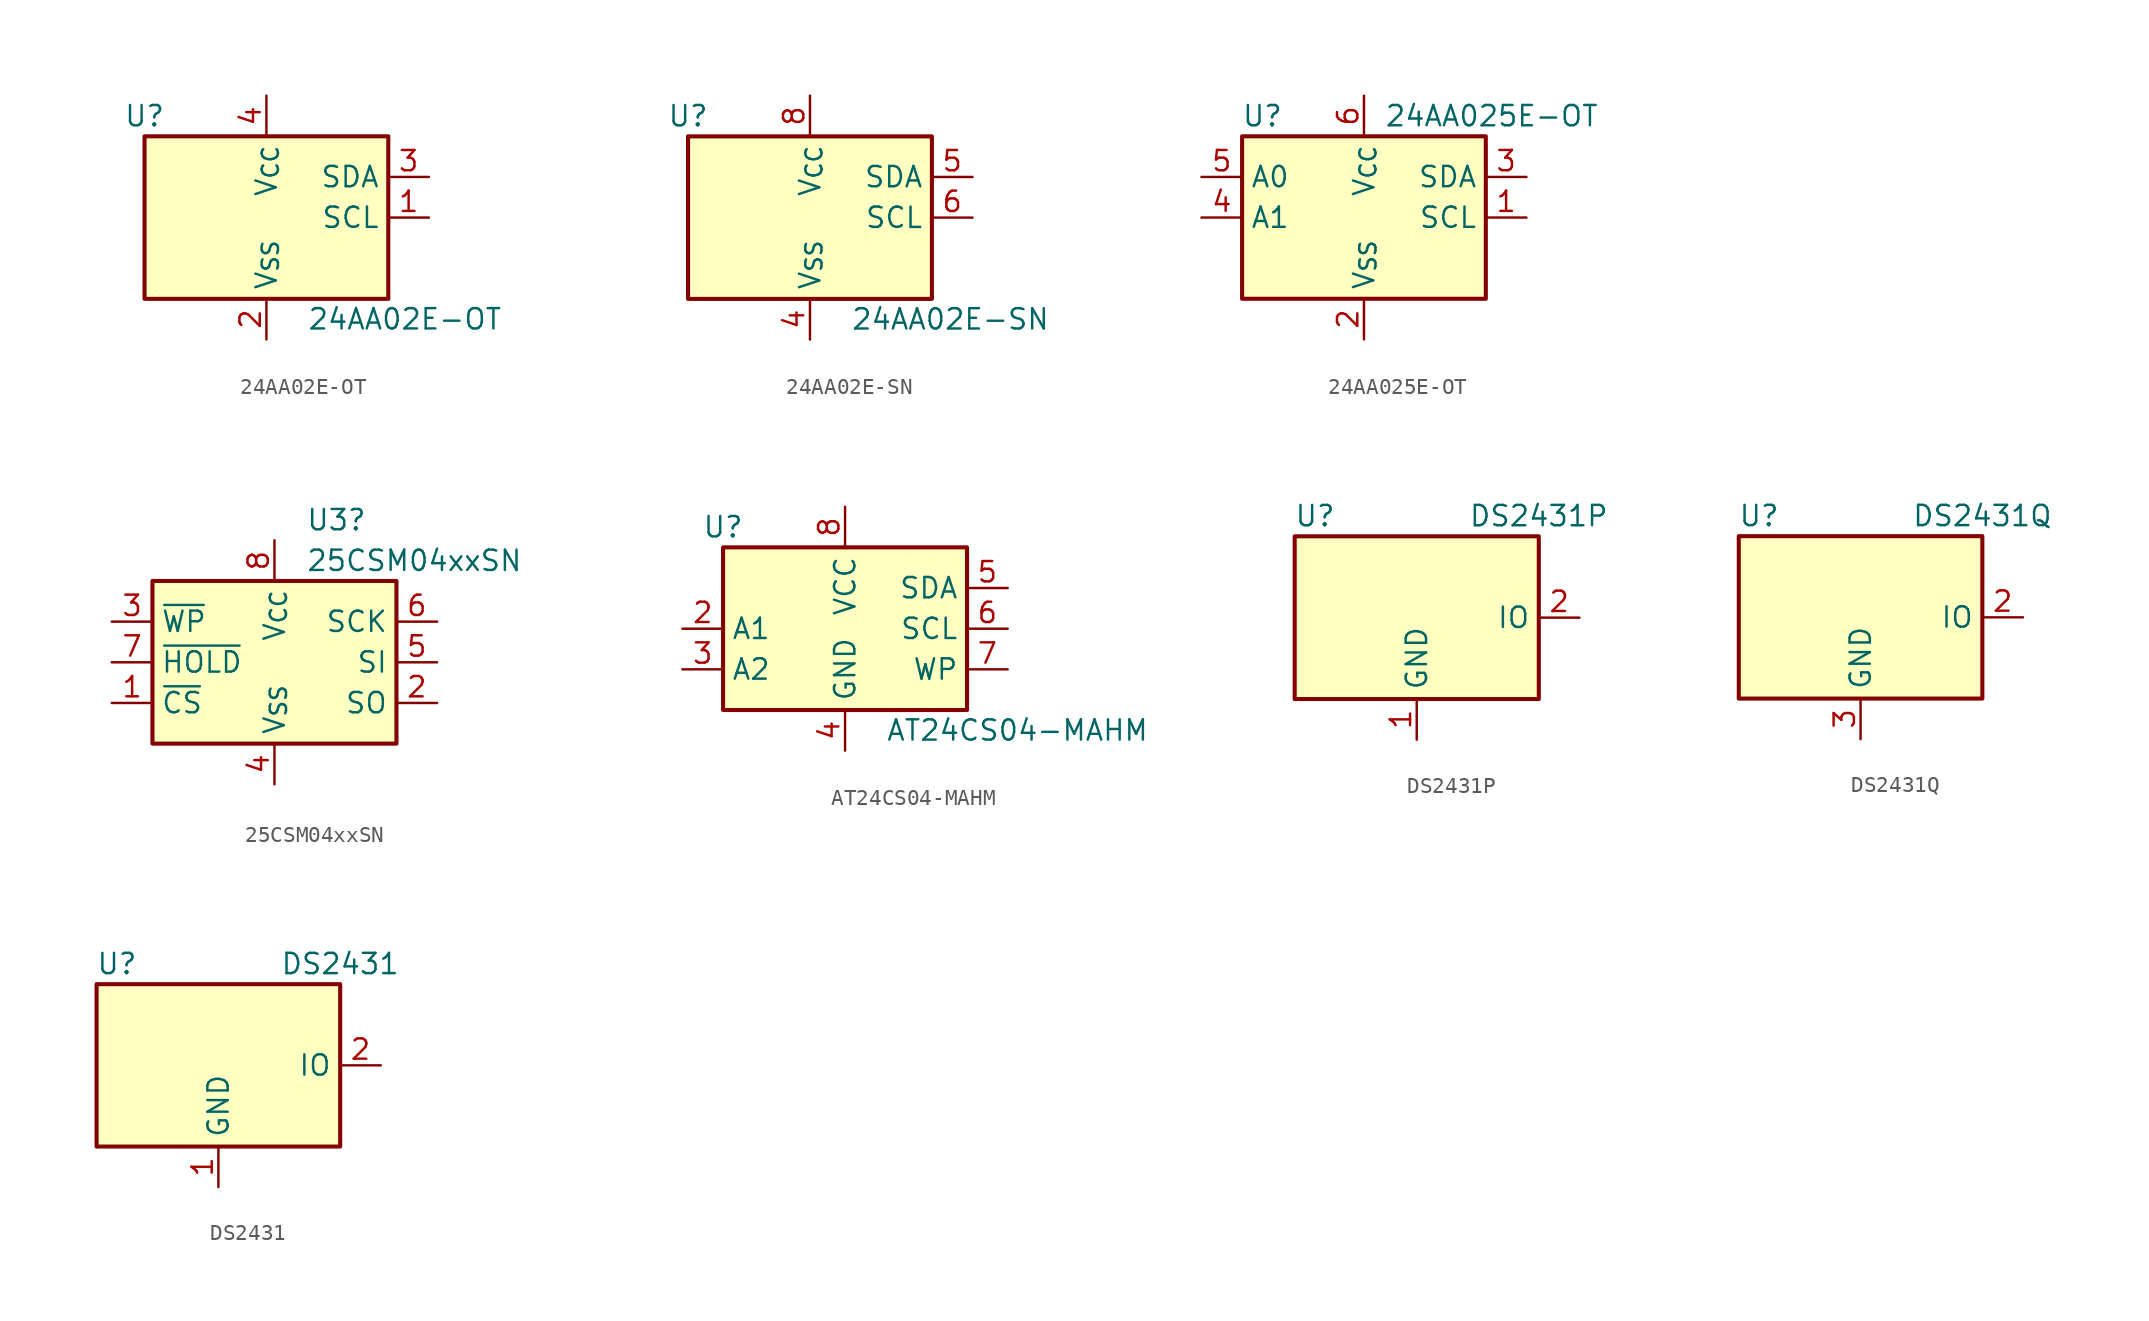
<source format=kicad_sym>
(kicad_symbol_lib
  (version 20241209)
  (generator "kicad_symbol_editor")
  (generator_version "9.0")
  (symbol "24AA02E-OT"
    (property "Reference" "U"
      (at -7.62 6.35 0)
      (effects (font (size 1.27 1.27))))
    (property "Value" "24AA02E-OT"
      (at 2.54 -6.35 0)
      (effects (font (size 1.27 1.27)) (justify left)))
    (symbol "24AA02E-OT_1_1"
      (rectangle (start -7.62 5.08) (end 7.62 -5.08) (stroke (width 0.254) (type default)) (fill (type background)))
      (pin no_connect line (at -10.16 0 0) (length 2.54) (hide yes) (name "NC" (effects (font (size 1.27 1.27)))) (number "5" (effects (font (size 1.27 1.27)))))
      (pin power_in line (at 0 7.62 270) (length 2.54) (name "V_{CC}" (effects (font (size 1.27 1.27)))) (number "4" (effects (font (size 1.27 1.27)))))
      (pin power_in line (at 0 -7.62 90) (length 2.54) (name "V_{SS}" (effects (font (size 1.27 1.27)))) (number "2" (effects (font (size 1.27 1.27)))))
      (pin bidirectional line (at 10.16 2.54 180) (length 2.54) (name "SDA" (effects (font (size 1.27 1.27)))) (number "3" (effects (font (size 1.27 1.27)))))
      (pin input line (at 10.16 0 180) (length 2.54) (name "SCL" (effects (font (size 1.27 1.27)))) (number "1" (effects (font (size 1.27 1.27)))))))
  (symbol "24AA02E-SN"
    (property "Reference" "U"
      (at -7.62 6.35 0)
      (effects (font (size 1.27 1.27))))
    (property "Value" "24AA02E-SN"
      (at 2.54 -6.35 0)
      (effects (font (size 1.27 1.27)) (justify left)))
    (symbol "24AA02E-SN_1_1"
      (rectangle (start -7.62 5.08) (end 7.62 -5.08) (stroke (width 0.254) (type default)) (fill (type background)))
      (pin no_connect line (at -10.16 2.54 0) (length 2.54) (hide yes) (name "NC" (effects (font (size 1.27 1.27)))) (number "1" (effects (font (size 1.27 1.27)))))
      (pin no_connect line (at -10.16 0 0) (length 2.54) (hide yes) (name "NC" (effects (font (size 1.27 1.27)))) (number "2" (effects (font (size 1.27 1.27)))))
      (pin no_connect line (at -10.16 -2.54 0) (length 2.54) (hide yes) (name "NC" (effects (font (size 1.27 1.27)))) (number "3" (effects (font (size 1.27 1.27)))))
      (pin power_in line (at 0 7.62 270) (length 2.54) (name "V_{CC}" (effects (font (size 1.27 1.27)))) (number "8" (effects (font (size 1.27 1.27)))))
      (pin power_in line (at 0 -7.62 90) (length 2.54) (name "V_{SS}" (effects (font (size 1.27 1.27)))) (number "4" (effects (font (size 1.27 1.27)))))
      (pin bidirectional line (at 10.16 2.54 180) (length 2.54) (name "SDA" (effects (font (size 1.27 1.27)))) (number "5" (effects (font (size 1.27 1.27)))))
      (pin input line (at 10.16 0 180) (length 2.54) (name "SCL" (effects (font (size 1.27 1.27)))) (number "6" (effects (font (size 1.27 1.27)))))
      (pin no_connect line (at 10.16 -2.54 180) (length 2.54) (hide yes) (name "NC" (effects (font (size 1.27 1.27)))) (number "7" (effects (font (size 1.27 1.27)))))))
  (symbol "24AA025E-OT"
    (property "Reference" "U"
      (at -6.35 6.35 0)
      (effects (font (size 1.27 1.27))))
    (property "Value" "24AA025E-OT"
      (at 1.27 6.35 0)
      (effects (font (size 1.27 1.27)) (justify left)))
    (symbol "24AA025E-OT_1_1"
      (rectangle (start -7.62 5.08) (end 7.62 -5.08) (stroke (width 0.254) (type default)) (fill (type background)))
      (pin input line (at -10.16 2.54 0) (length 2.54) (name "A0" (effects (font (size 1.27 1.27)))) (number "5" (effects (font (size 1.27 1.27)))))
      (pin input line (at -10.16 0 0) (length 2.54) (name "A1" (effects (font (size 1.27 1.27)))) (number "4" (effects (font (size 1.27 1.27)))))
      (pin power_in line (at 0 7.62 270) (length 2.54) (name "V_{CC}" (effects (font (size 1.27 1.27)))) (number "6" (effects (font (size 1.27 1.27)))))
      (pin power_in line (at 0 -7.62 90) (length 2.54) (name "V_{SS}" (effects (font (size 1.27 1.27)))) (number "2" (effects (font (size 1.27 1.27)))))
      (pin bidirectional line (at 10.16 2.54 180) (length 2.54) (name "SDA" (effects (font (size 1.27 1.27)))) (number "3" (effects (font (size 1.27 1.27)))))
      (pin input line (at 10.16 0 180) (length 2.54) (name "SCL" (effects (font (size 1.27 1.27)))) (number "1" (effects (font (size 1.27 1.27)))))))
  (symbol "25CSM04xxSN"
    (property "Reference" "U3"
      (at 1.956 8.89 0)
      (effects (font (size 1.27 1.27)) (justify left)))
    (property "Value" "25CSM04xxSN"
      (at 1.956 6.35 0)
      (effects (font (size 1.27 1.27)) (justify left)))
    (symbol "25CSM04xxSN_1_1"
      (rectangle (start -7.62 5.08) (end 7.62 -5.08) (stroke (width 0.254) (type default)) (fill (type background)))
      (pin input line (at -10.16 2.54 0) (length 2.54) (name "~{WP}" (effects (font (size 1.27 1.27)))) (number "3" (effects (font (size 1.27 1.27)))))
      (pin input line (at -10.16 0 0) (length 2.54) (name "~{HOLD}" (effects (font (size 1.27 1.27)))) (number "7" (effects (font (size 1.27 1.27)))))
      (pin input line (at -10.16 -2.54 0) (length 2.54) (name "~{CS}" (effects (font (size 1.27 1.27)))) (number "1" (effects (font (size 1.27 1.27)))))
      (pin power_in line (at 0 7.62 270) (length 2.54) (name "V_{CC}" (effects (font (size 1.27 1.27)))) (number "8" (effects (font (size 1.27 1.27)))))
      (pin power_in line (at 0 -7.62 90) (length 2.54) (name "V_{SS}" (effects (font (size 1.27 1.27)))) (number "4" (effects (font (size 1.27 1.27)))))
      (pin input line (at 10.16 2.54 180) (length 2.54) (name "SCK" (effects (font (size 1.27 1.27)))) (number "6" (effects (font (size 1.27 1.27)))))
      (pin input line (at 10.16 0 180) (length 2.54) (name "SI" (effects (font (size 1.27 1.27)))) (number "5" (effects (font (size 1.27 1.27)))))
      (pin tri_state line (at 10.16 -2.54 180) (length 2.54) (name "SO" (effects (font (size 1.27 1.27)))) (number "2" (effects (font (size 1.27 1.27)))))))
  (symbol "AT24CS04-MAHM"
    (property "Reference" "U"
      (at -7.62 6.35 0)
      (effects (font (size 1.27 1.27))))
    (property "Value" "AT24CS04-MAHM"
      (at 2.54 -6.35 0)
      (effects (font (size 1.27 1.27)) (justify left)))
    (symbol "AT24CS04-MAHM_1_1"
      (rectangle (start -7.62 5.08) (end 7.62 -5.08) (stroke (width 0.254) (type default)) (fill (type background)))
      (pin input line (at -10.16 0 0) (length 2.54) (name "A1" (effects (font (size 1.27 1.27)))) (number "2" (effects (font (size 1.27 1.27)))))
      (pin input line (at -10.16 -2.54 0) (length 2.54) (name "A2" (effects (font (size 1.27 1.27)))) (number "3" (effects (font (size 1.27 1.27)))))
      (pin no_connect line (at -7.62 2.54 0) (length 2.54) (hide yes) (name "NC" (effects (font (size 1.27 1.27)))) (number "1" (effects (font (size 1.27 1.27)))))
      (pin no_connect line (at -2.54 -5.08 90) (length 2.54) (hide yes) (name "NC" (effects (font (size 1.27 1.27)))) (number "9" (effects (font (size 1.27 1.27)))))
      (pin power_in line (at 0 7.62 270) (length 2.54) (name "VCC" (effects (font (size 1.27 1.27)))) (number "8" (effects (font (size 1.27 1.27)))))
      (pin power_in line (at 0 -7.62 90) (length 2.54) (name "GND" (effects (font (size 1.27 1.27)))) (number "4" (effects (font (size 1.27 1.27)))))
      (pin bidirectional line (at 10.16 2.54 180) (length 2.54) (name "SDA" (effects (font (size 1.27 1.27)))) (number "5" (effects (font (size 1.27 1.27)))))
      (pin input line (at 10.16 0 180) (length 2.54) (name "SCL" (effects (font (size 1.27 1.27)))) (number "6" (effects (font (size 1.27 1.27)))))
      (pin input line (at 10.16 -2.54 180) (length 2.54) (name "WP" (effects (font (size 1.27 1.27)))) (number "7" (effects (font (size 1.27 1.27)))))))
  (symbol "DS2431P"
    (property "Reference" "U"
      (at -6.35 6.35 0)
      (effects (font (size 1.27 1.27))))
    (property "Value" "DS2431P"
      (at 7.62 6.35 0)
      (effects (font (size 1.27 1.27))))
    (symbol "DS2431P_1_1"
      (rectangle (start -7.62 5.08) (end 7.62 -5.08) (stroke (width 0.254) (type default)) (fill (type background)))
      (pin no_connect line (at -7.62 0 0) (length 2.54) (hide yes) (name "NC" (effects (font (size 1.27 1.27)))) (number "3" (effects (font (size 1.27 1.27)))))
      (pin no_connect line (at -7.62 0 0) (length 2.54) (hide yes) (name "NC" (effects (font (size 1.27 1.27)))) (number "4" (effects (font (size 1.27 1.27)))))
      (pin no_connect line (at -7.62 0 0) (length 2.54) (hide yes) (name "NC" (effects (font (size 1.27 1.27)))) (number "5" (effects (font (size 1.27 1.27)))))
      (pin no_connect line (at -7.62 0 0) (length 2.54) (hide yes) (name "NC" (effects (font (size 1.27 1.27)))) (number "6" (effects (font (size 1.27 1.27)))))
      (pin power_in line (at 0 -7.62 90) (length 2.54) (name "GND" (effects (font (size 1.27 1.27)))) (number "1" (effects (font (size 1.27 1.27)))))
      (pin bidirectional line (at 10.16 0 180) (length 2.54) (name "IO" (effects (font (size 1.27 1.27)))) (number "2" (effects (font (size 1.27 1.27)))))))
  (symbol "DS2431Q"
    (property "Reference" "U"
      (at -6.35 6.35 0)
      (effects (font (size 1.27 1.27))))
    (property "Value" "DS2431Q"
      (at 7.62 6.35 0)
      (effects (font (size 1.27 1.27))))
    (symbol "DS2431Q_1_1"
      (rectangle (start -7.62 5.08) (end 7.62 -5.08) (stroke (width 0.254) (type default)) (fill (type background)))
      (pin no_connect line (at -7.62 0 0) (length 2.54) (hide yes) (name "NC" (effects (font (size 1.27 1.27)))) (number "1" (effects (font (size 1.27 1.27)))))
      (pin no_connect line (at -7.62 0 0) (length 2.54) (hide yes) (name "NC" (effects (font (size 1.27 1.27)))) (number "4" (effects (font (size 1.27 1.27)))))
      (pin no_connect line (at -7.62 0 0) (length 2.54) (hide yes) (name "NC" (effects (font (size 1.27 1.27)))) (number "5" (effects (font (size 1.27 1.27)))))
      (pin no_connect line (at -7.62 0 0) (length 2.54) (hide yes) (name "NC" (effects (font (size 1.27 1.27)))) (number "6" (effects (font (size 1.27 1.27)))))
      (pin power_in line (at 0 -7.62 90) (length 2.54) (name "GND" (effects (font (size 1.27 1.27)))) (number "3" (effects (font (size 1.27 1.27)))))
      (pin passive line (at 0 -7.62 90) (length 2.54) (hide yes) (name "GND" (effects (font (size 1.27 1.27)))) (number "7" (effects (font (size 1.27 1.27)))))
      (pin bidirectional line (at 10.16 0 180) (length 2.54) (name "IO" (effects (font (size 1.27 1.27)))) (number "2" (effects (font (size 1.27 1.27)))))))
  (symbol "DS2431"
    (property "Reference" "U"
      (at -6.35 6.35 0)
      (effects (font (size 1.27 1.27))))
    (property "Value" "DS2431"
      (at 7.62 6.35 0)
      (effects (font (size 1.27 1.27))))
    (symbol "DS2431_1_1"
      (rectangle (start -7.62 5.08) (end 7.62 -5.08) (stroke (width 0.254) (type default)) (fill (type background)))
      (pin no_connect line (at -7.62 0 0) (length 2.54) (hide yes) (name "NC" (effects (font (size 1.27 1.27)))) (number "3" (effects (font (size 1.27 1.27)))))
      (pin power_in line (at 0 -7.62 90) (length 2.54) (name "GND" (effects (font (size 1.27 1.27)))) (number "1" (effects (font (size 1.27 1.27)))))
      (pin bidirectional line (at 10.16 0 180) (length 2.54) (name "IO" (effects (font (size 1.27 1.27)))) (number "2" (effects (font (size 1.27 1.27))))))))
</source>
